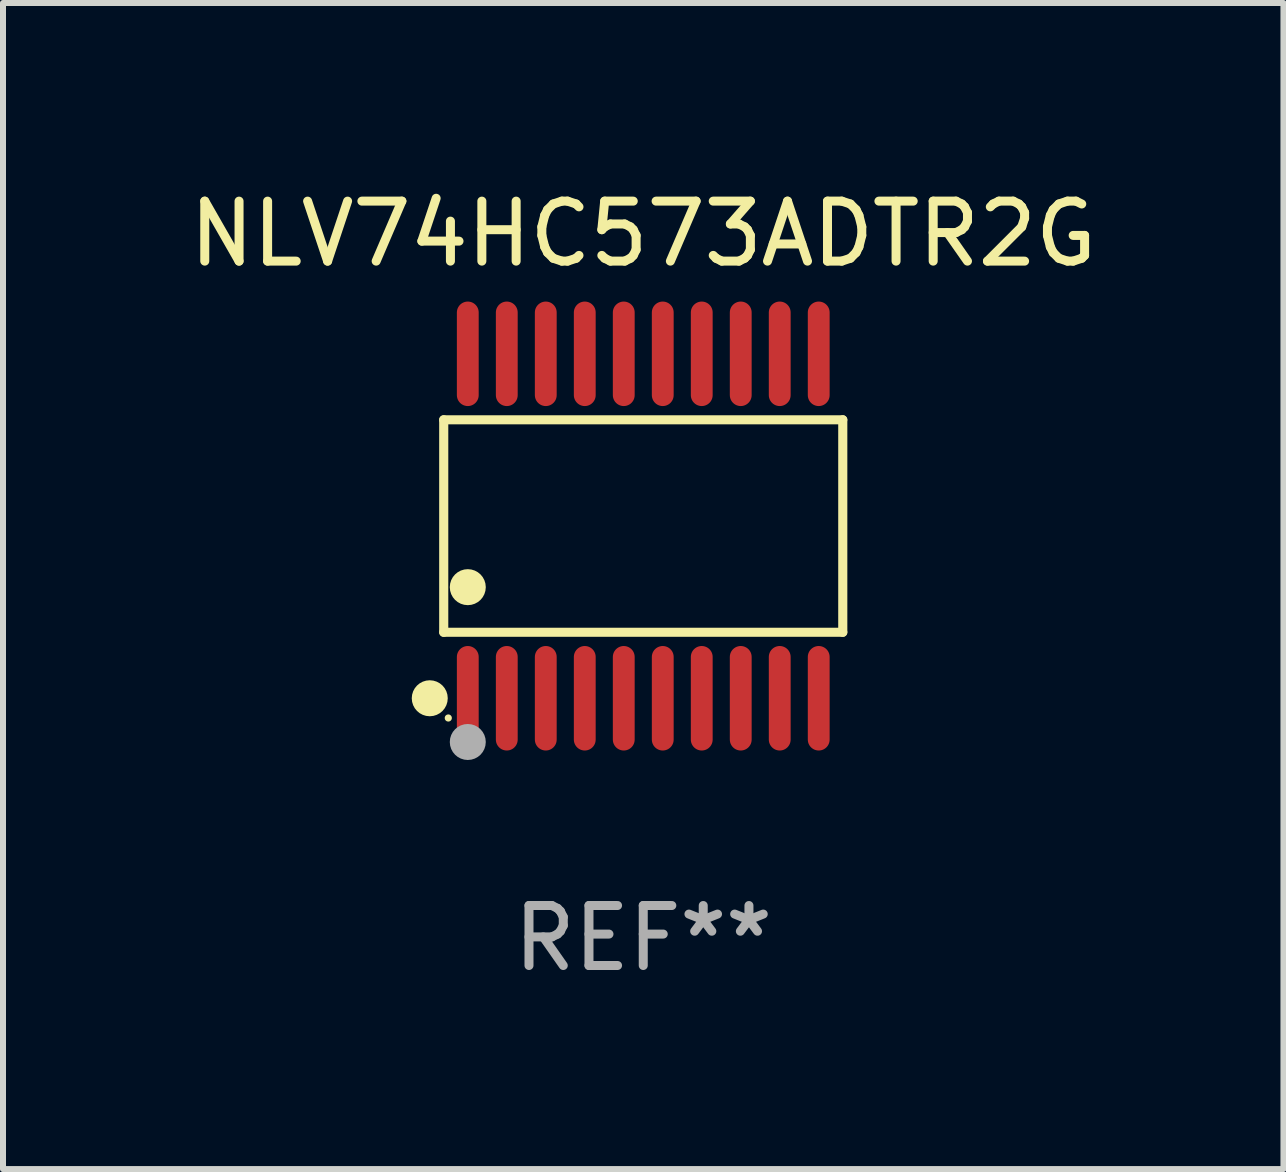
<source format=kicad_pcb>
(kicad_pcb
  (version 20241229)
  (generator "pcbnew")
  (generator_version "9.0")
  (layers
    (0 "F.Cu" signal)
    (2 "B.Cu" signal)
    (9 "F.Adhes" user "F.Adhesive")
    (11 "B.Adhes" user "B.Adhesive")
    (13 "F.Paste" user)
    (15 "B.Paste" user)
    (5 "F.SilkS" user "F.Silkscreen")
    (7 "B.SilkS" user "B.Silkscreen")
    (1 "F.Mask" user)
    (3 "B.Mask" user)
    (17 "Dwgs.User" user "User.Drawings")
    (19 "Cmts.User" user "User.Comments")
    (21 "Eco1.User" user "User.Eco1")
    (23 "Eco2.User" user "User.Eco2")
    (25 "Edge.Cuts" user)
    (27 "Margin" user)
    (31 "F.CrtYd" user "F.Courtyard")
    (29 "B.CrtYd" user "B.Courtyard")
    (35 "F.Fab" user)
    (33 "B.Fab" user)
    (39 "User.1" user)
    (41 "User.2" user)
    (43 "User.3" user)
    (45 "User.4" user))
  (footprint "NLV74HC573ADTR2G"
    (layer "F.Cu")
    (at 7.673 5.719)
    (property "Reference" "NLV74HC573ADTR2G" (at 0 -4.871 0) (layer "F.SilkS") (effects (font (size 1 1) (thickness 0.15))))
    (attr through_hole)
    (fp_line (start -3.326 -1.771) (end 3.326 -1.771) (stroke (width 0.152) (type solid)) (layer "F.SilkS"))
    (fp_line (start -3.326 1.771) (end -3.326 -1.771) (stroke (width 0.152) (type solid)) (layer "F.SilkS"))
    (fp_line (start 3.326 -1.771) (end 3.326 1.771) (stroke (width 0.152) (type solid)) (layer "F.SilkS"))
    (fp_line (start 3.326 1.771) (end -3.326 1.771) (stroke (width 0.152) (type solid)) (layer "F.SilkS"))
    (fp_circle (center -3.559 2.871) (end -3.409 2.871) (stroke (width 0.3) (type solid)) (fill no) (layer "F.SilkS"))
    (fp_circle (center -3.25 3.2) (end -3.22 3.2) (stroke (width 0.06) (type solid)) (fill no) (layer "F.SilkS"))
    (fp_circle (center -2.925 1.019) (end -2.775 1.019) (stroke (width 0.3) (type solid)) (fill no) (layer "F.SilkS"))
    (fp_circle (center -2.925 3.6) (end -2.775 3.6) (stroke (width 0.3) (type solid)) (fill no) (layer "F.Fab"))
    (fp_text user "REF**" (at 0 6.871 0) (layer "F.Fab") (effects (font (size 1 1) (thickness 0.15))))
    (pad "1" smd oval (at -2.925 2.871) (size 0.364 1.742) (layers "F.Cu" "F.Mask" "F.Paste"))
    (pad "2" smd oval (at -2.275 2.871) (size 0.364 1.742) (layers "F.Cu" "F.Mask" "F.Paste"))
    (pad "3" smd oval (at -1.625 2.871) (size 0.364 1.742) (layers "F.Cu" "F.Mask" "F.Paste"))
    (pad "4" smd oval (at -0.975 2.871) (size 0.364 1.742) (layers "F.Cu" "F.Mask" "F.Paste"))
    (pad "5" smd oval (at -0.325 2.871) (size 0.364 1.742) (layers "F.Cu" "F.Mask" "F.Paste"))
    (pad "6" smd oval (at 0.325 2.871) (size 0.364 1.742) (layers "F.Cu" "F.Mask" "F.Paste"))
    (pad "7" smd oval (at 0.975 2.871) (size 0.364 1.742) (layers "F.Cu" "F.Mask" "F.Paste"))
    (pad "8" smd oval (at 1.625 2.871) (size 0.364 1.742) (layers "F.Cu" "F.Mask" "F.Paste"))
    (pad "9" smd oval (at 2.275 2.871) (size 0.364 1.742) (layers "F.Cu" "F.Mask" "F.Paste"))
    (pad "10" smd oval (at 2.925 2.871) (size 0.364 1.742) (layers "F.Cu" "F.Mask" "F.Paste"))
    (pad "11" smd oval (at 2.925 -2.871) (size 0.364 1.742) (layers "F.Cu" "F.Mask" "F.Paste"))
    (pad "12" smd oval (at 2.275 -2.871) (size 0.364 1.742) (layers "F.Cu" "F.Mask" "F.Paste"))
    (pad "13" smd oval (at 1.625 -2.871) (size 0.364 1.742) (layers "F.Cu" "F.Mask" "F.Paste"))
    (pad "14" smd oval (at 0.975 -2.871) (size 0.364 1.742) (layers "F.Cu" "F.Mask" "F.Paste"))
    (pad "15" smd oval (at 0.325 -2.871) (size 0.364 1.742) (layers "F.Cu" "F.Mask" "F.Paste"))
    (pad "16" smd oval (at -0.325 -2.871) (size 0.364 1.742) (layers "F.Cu" "F.Mask" "F.Paste"))
    (pad "17" smd oval (at -0.975 -2.871) (size 0.364 1.742) (layers "F.Cu" "F.Mask" "F.Paste"))
    (pad "18" smd oval (at -1.625 -2.871) (size 0.364 1.742) (layers "F.Cu" "F.Mask" "F.Paste"))
    (pad "19" smd oval (at -2.275 -2.871) (size 0.364 1.742) (layers "F.Cu" "F.Mask" "F.Paste"))
    (pad "20" smd oval (at -2.925 -2.871) (size 0.364 1.742) (layers "F.Cu" "F.Mask" "F.Paste")))
  (gr_rect
    (start -3 -3)
    (end 18.345 16.438)
    (stroke (width 0.1) (type default))
    (fill no)
    (layer "Edge.Cuts")))
</source>
